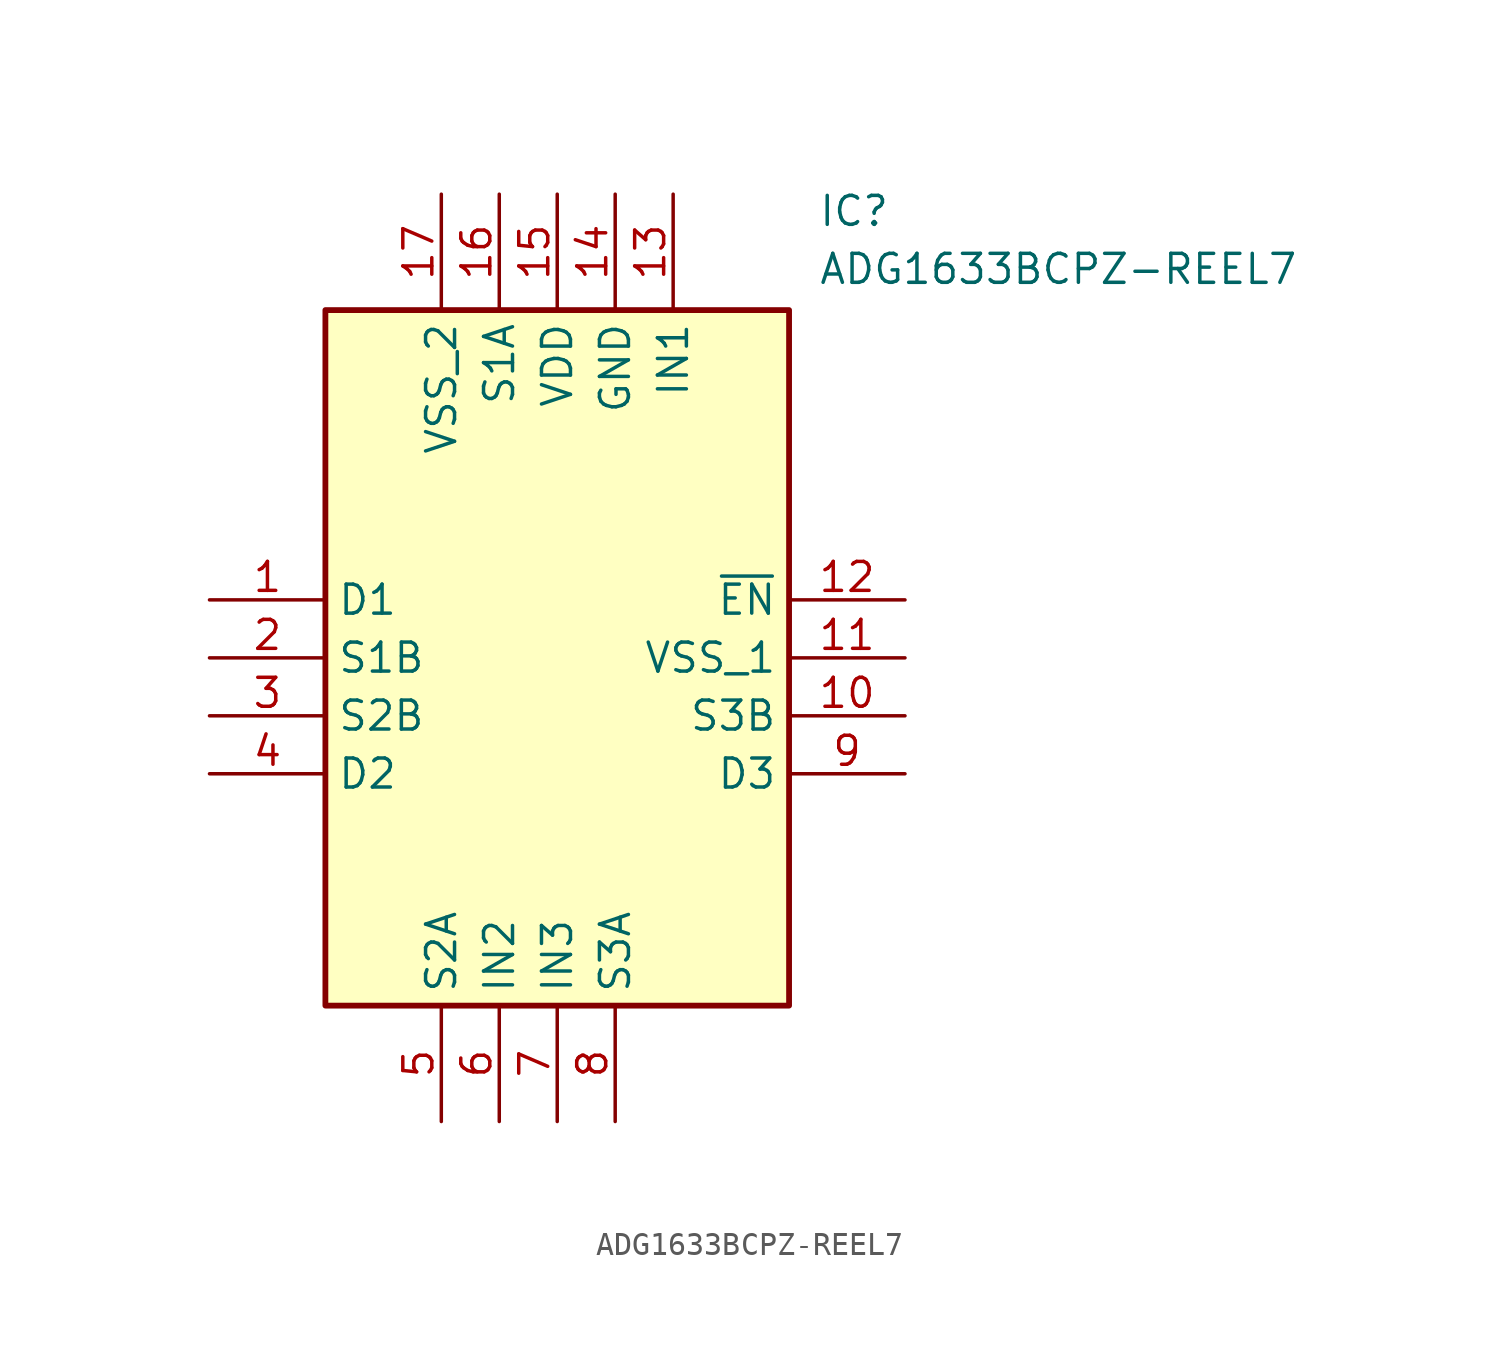
<source format=kicad_sym>
(kicad_symbol_lib
  (version 20211014)
  (generator SamacSys_ECAD_Model)
  (symbol "ADG1633BCPZ-REEL7"
    (property "Reference" "IC"
      (at 26.67 17.78 0)
      (effects (font (size 1.27 1.27)) (justify left top)))
    (property "Value" "ADG1633BCPZ-REEL7"
      (at 26.67 15.24 0)
      (effects (font (size 1.27 1.27)) (justify left top)))
    (rectangle
      (start 5.08 12.7)
      (end 25.4 -17.78)
      (stroke (width 0.254) (type default))
      (fill (type background)))
    (pin passive line
      (at 0 0 0)
      (length 5.08)
      (name "D1" (effects (font (size 1.27 1.27))))
      (number "1" (effects (font (size 1.27 1.27)))))
    (pin passive line
      (at 0 -2.54 0)
      (length 5.08)
      (name "S1B" (effects (font (size 1.27 1.27))))
      (number "2" (effects (font (size 1.27 1.27)))))
    (pin passive line
      (at 0 -5.08 0)
      (length 5.08)
      (name "S2B" (effects (font (size 1.27 1.27))))
      (number "3" (effects (font (size 1.27 1.27)))))
    (pin passive line
      (at 0 -7.62 0)
      (length 5.08)
      (name "D2" (effects (font (size 1.27 1.27))))
      (number "4" (effects (font (size 1.27 1.27)))))
    (pin passive line
      (at 10.16 -22.86 90)
      (length 5.08)
      (name "S2A" (effects (font (size 1.27 1.27))))
      (number "5" (effects (font (size 1.27 1.27)))))
    (pin passive line
      (at 12.7 -22.86 90)
      (length 5.08)
      (name "IN2" (effects (font (size 1.27 1.27))))
      (number "6" (effects (font (size 1.27 1.27)))))
    (pin passive line
      (at 15.24 -22.86 90)
      (length 5.08)
      (name "IN3" (effects (font (size 1.27 1.27))))
      (number "7" (effects (font (size 1.27 1.27)))))
    (pin passive line
      (at 17.78 -22.86 90)
      (length 5.08)
      (name "S3A" (effects (font (size 1.27 1.27))))
      (number "8" (effects (font (size 1.27 1.27)))))
    (pin passive line
      (at 30.48 0 180)
      (length 5.08)
      (name "~{EN}" (effects (font (size 1.27 1.27))))
      (number "12" (effects (font (size 1.27 1.27)))))
    (pin passive line
      (at 30.48 -2.54 180)
      (length 5.08)
      (name "VSS_1" (effects (font (size 1.27 1.27))))
      (number "11" (effects (font (size 1.27 1.27)))))
    (pin passive line
      (at 30.48 -5.08 180)
      (length 5.08)
      (name "S3B" (effects (font (size 1.27 1.27))))
      (number "10" (effects (font (size 1.27 1.27)))))
    (pin passive line
      (at 30.48 -7.62 180)
      (length 5.08)
      (name "D3" (effects (font (size 1.27 1.27))))
      (number "9" (effects (font (size 1.27 1.27)))))
    (pin passive line
      (at 10.16 17.78 270)
      (length 5.08)
      (name "VSS_2" (effects (font (size 1.27 1.27))))
      (number "17" (effects (font (size 1.27 1.27)))))
    (pin passive line
      (at 12.7 17.78 270)
      (length 5.08)
      (name "S1A" (effects (font (size 1.27 1.27))))
      (number "16" (effects (font (size 1.27 1.27)))))
    (pin passive line
      (at 15.24 17.78 270)
      (length 5.08)
      (name "VDD" (effects (font (size 1.27 1.27))))
      (number "15" (effects (font (size 1.27 1.27)))))
    (pin passive line
      (at 17.78 17.78 270)
      (length 5.08)
      (name "GND" (effects (font (size 1.27 1.27))))
      (number "14" (effects (font (size 1.27 1.27)))))
    (pin passive line
      (at 20.32 17.78 270)
      (length 5.08)
      (name "IN1" (effects (font (size 1.27 1.27))))
      (number "13" (effects (font (size 1.27 1.27)))))))
</source>
